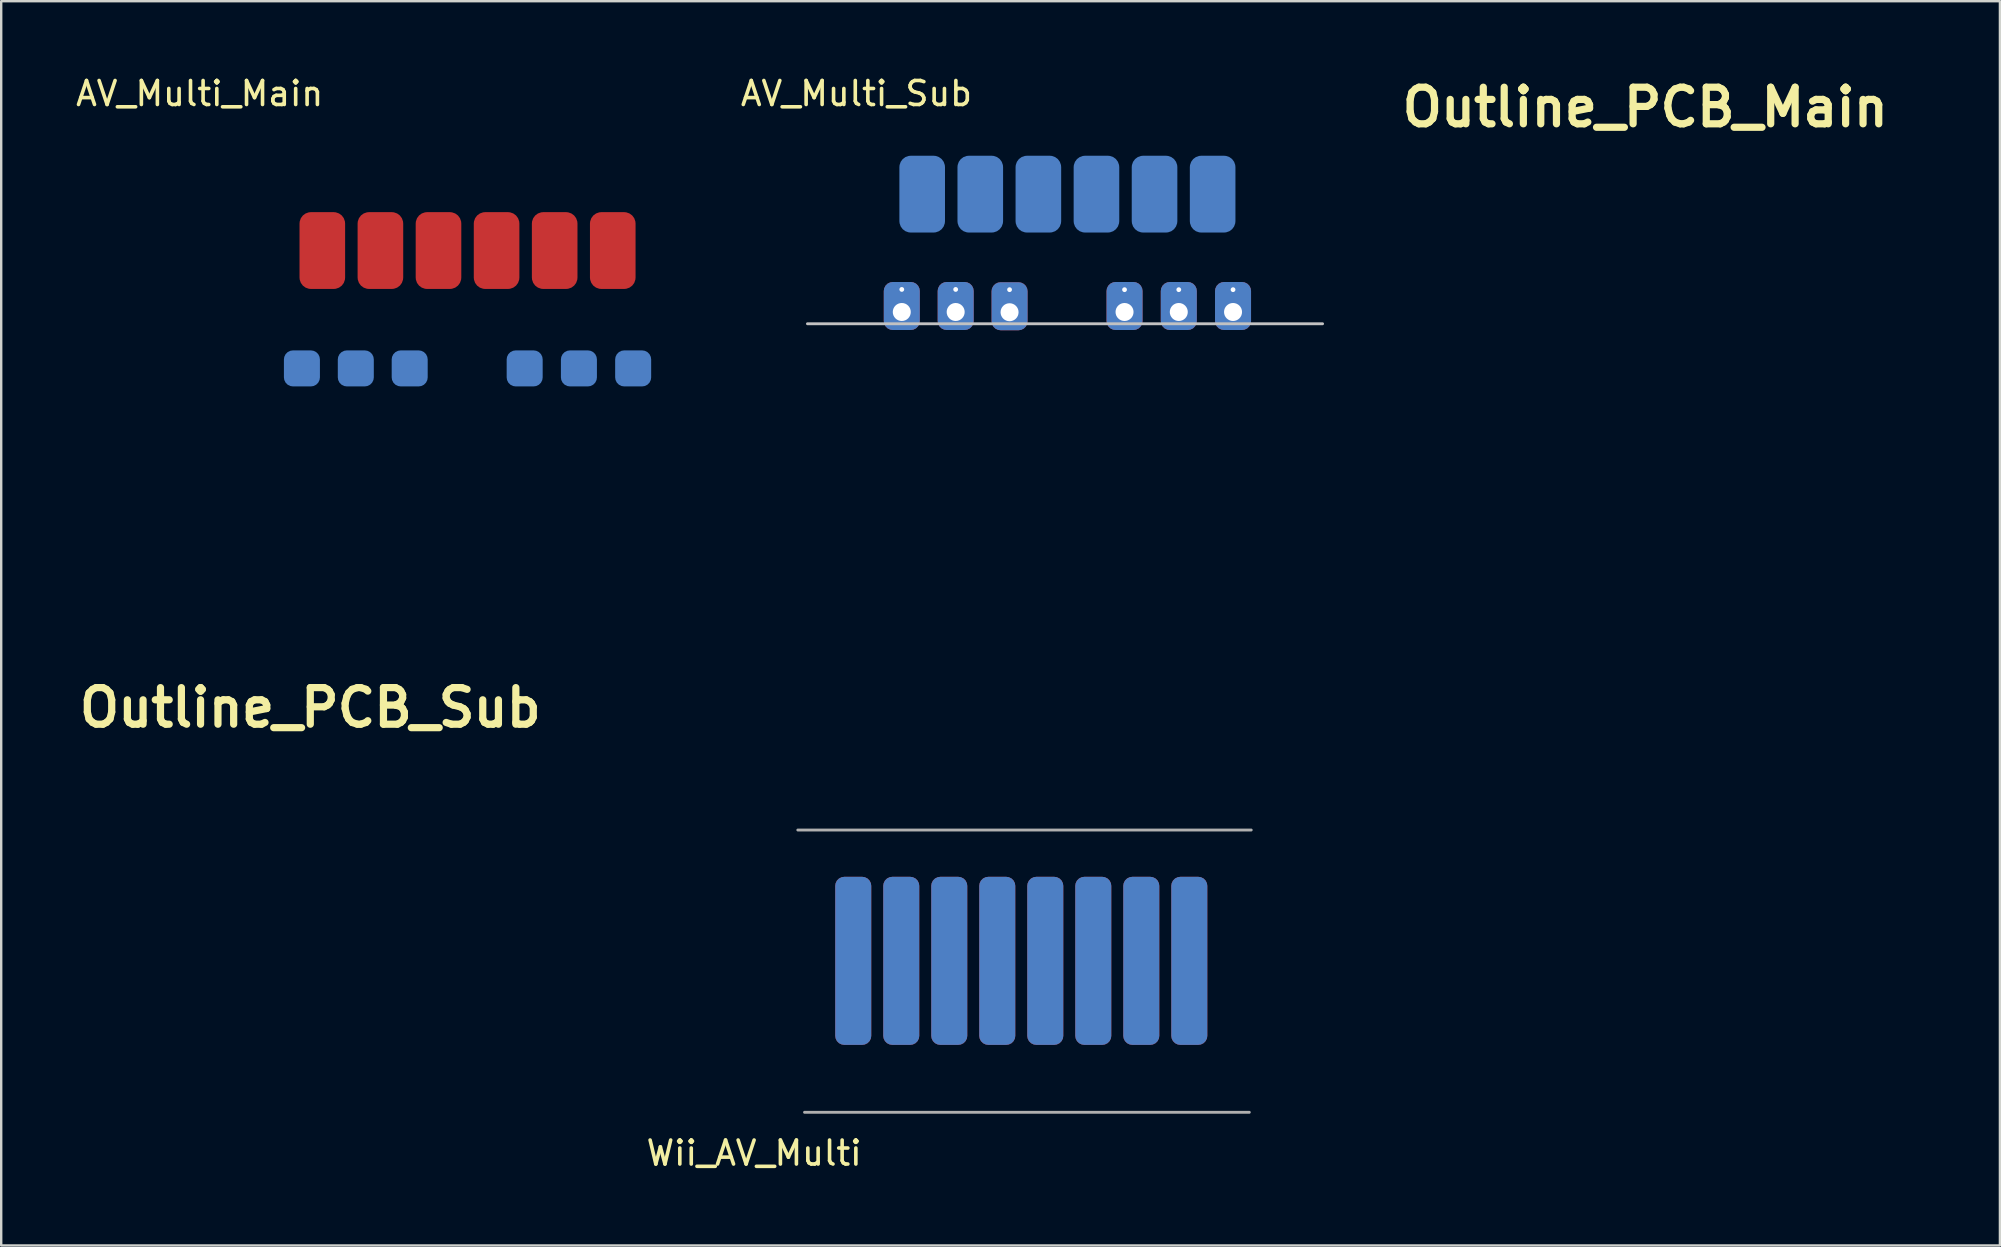
<source format=kicad_pcb>
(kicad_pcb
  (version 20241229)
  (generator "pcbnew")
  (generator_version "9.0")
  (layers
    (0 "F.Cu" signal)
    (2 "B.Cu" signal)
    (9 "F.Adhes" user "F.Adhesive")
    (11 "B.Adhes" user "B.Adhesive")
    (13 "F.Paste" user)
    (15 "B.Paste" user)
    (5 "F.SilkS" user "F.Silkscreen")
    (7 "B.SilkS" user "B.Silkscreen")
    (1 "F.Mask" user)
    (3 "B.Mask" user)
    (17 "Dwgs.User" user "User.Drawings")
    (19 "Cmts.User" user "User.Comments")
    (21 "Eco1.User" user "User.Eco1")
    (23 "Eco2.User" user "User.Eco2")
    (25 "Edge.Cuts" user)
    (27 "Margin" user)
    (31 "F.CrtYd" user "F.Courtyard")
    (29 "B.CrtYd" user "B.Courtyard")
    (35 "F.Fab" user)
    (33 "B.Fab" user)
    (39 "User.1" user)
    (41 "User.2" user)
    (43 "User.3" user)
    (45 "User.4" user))
  (footprint "Wii_AV_Multi"
    (layer "F.Cu")
    (at 39.497 41.229)
    (property "Reference" "Wii_AV_Multi" (at -11.13 3.76 0) (layer "F.SilkS") (effects (font (size 1 1) (thickness 0.15))))
    (attr through_hole)
    (fp_poly (pts (xy 8.25 0) (xy -8.252 0) (xy -8.252 -11.232) (xy -1.038 -11.232) (xy -1.038 -11.179) (xy -1.032 -11.118) (xy -1.023 -11.054) (xy -1.01 -10.97) (xy -0.993 -10.903) (xy -0.97 -10.839) (xy -0.937 -10.765) (xy -0.934 -10.759) (xy -0.9 -10.693) (xy -0.863 -10.631) (xy -0.828 -10.581) (xy -0.812 -10.562) (xy -0.774 -10.52) (xy -0.738 -10.48) (xy -0.724 -10.463) (xy -0.677 -10.419) (xy -0.61 -10.37) (xy -0.53 -10.32) (xy -0.445 -10.275) (xy -0.36 -10.238) (xy -0.307 -10.219) (xy -0.145 -10.184) (xy 0.023 -10.176) (xy 0.191 -10.194) (xy 0.284 -10.216) (xy 0.437 -10.274) (xy 0.579 -10.358) (xy 0.708 -10.464) (xy 0.82 -10.588) (xy 0.91 -10.728) (xy 0.935 -10.779) (xy 0.994 -10.939) (xy 1.024 -11.104) (xy 1.026 -11.275) (xy 1.016 -11.358) (xy 1.001 -11.446) (xy 0.98 -11.519) (xy 0.951 -11.592) (xy 0.93 -11.638) (xy 0.895 -11.708) (xy 0.868 -11.758) (xy 0.844 -11.798) (xy 0.817 -11.833) (xy 0.782 -11.871) (xy 0.735 -11.92) (xy 0.719 -11.936) (xy 0.591 -12.048) (xy 0.455 -12.133) (xy 0.309 -12.192) (xy 0.149 -12.227) (xy 0.028 -12.238) (xy -0.049 -12.24) (xy -0.107 -12.239) (xy -0.159 -12.233) (xy -0.215 -12.22) (xy -0.269 -12.205) (xy -0.435 -12.143) (xy -0.584 -12.059) (xy -0.715 -11.954) (xy -0.826 -11.831) (xy -0.915 -11.692) (xy -0.981 -11.538) (xy -1.022 -11.371) (xy -1.023 -11.361) (xy -1.033 -11.289) (xy -1.038 -11.232) (xy -8.252 -11.232) (xy -8.252 -16.211) (xy 8.25 -16.211) (xy 8.25 0)) (stroke (width 0.01) (type solid)) (fill no) (layer "Eco1.User"))
    (fp_line (start -9.31 -9.7) (end 9.58 -9.7) (stroke (width 0.12) (type solid)) (layer "F.Fab"))
    (fp_line (start -9.03 2.06) (end 9.5 2.06) (stroke (width 0.12) (type solid)) (layer "F.Fab"))
    (pad "1" smd roundrect (at -7 -4.25) (size 1.5 7) (layers "F.Cu" "F.Mask" "F.Paste") (roundrect_rratio 0.25))
    (pad "2" smd roundrect (at -7 -4.25) (size 1.5 7) (layers "B.Cu" "B.Mask" "B.Paste") (roundrect_rratio 0.25))
    (pad "3" smd roundrect (at -5 -4.25) (size 1.5 7) (layers "F.Cu" "F.Mask" "F.Paste") (roundrect_rratio 0.25))
    (pad "4" smd roundrect (at -5 -4.25) (size 1.5 7) (layers "B.Cu" "B.Mask" "B.Paste") (roundrect_rratio 0.25))
    (pad "5" smd roundrect (at -3 -4.25) (size 1.5 7) (layers "F.Cu" "F.Mask" "F.Paste") (roundrect_rratio 0.25))
    (pad "6" smd roundrect (at -3 -4.25) (size 1.5 7) (layers "B.Cu" "B.Mask" "B.Paste") (roundrect_rratio 0.25))
    (pad "7" smd roundrect (at -1 -4.25) (size 1.5 7) (layers "F.Cu" "F.Mask" "F.Paste") (roundrect_rratio 0.25))
    (pad "8" smd roundrect (at -1 -4.25) (size 1.5 7) (layers "B.Cu" "B.Mask" "B.Paste") (roundrect_rratio 0.25))
    (pad "9" smd roundrect (at 1 -4.25) (size 1.5 7) (layers "F.Cu" "F.Mask" "F.Paste") (roundrect_rratio 0.25))
    (pad "10" smd roundrect (at 1 -4.25) (size 1.5 7) (layers "B.Cu" "B.Mask" "B.Paste") (roundrect_rratio 0.25))
    (pad "11" smd roundrect (at 3 -4.25) (size 1.5 7) (layers "F.Cu" "F.Mask" "F.Paste") (roundrect_rratio 0.25))
    (pad "12" smd roundrect (at 3 -4.25) (size 1.5 7) (layers "B.Cu" "B.Mask" "B.Paste") (roundrect_rratio 0.25))
    (pad "13" smd roundrect (at 5 -4.25) (size 1.5 7) (layers "F.Cu" "F.Mask" "F.Paste") (roundrect_rratio 0.25))
    (pad "14" smd roundrect (at 5 -4.25) (size 1.5 7) (layers "B.Cu" "B.Mask" "B.Paste") (roundrect_rratio 0.25))
    (pad "15" smd roundrect (at 7 -4.25) (size 1.5 7) (layers "F.Cu" "F.Mask" "F.Paste") (roundrect_rratio 0.25))
    (pad "16" smd roundrect (at 7 -4.25) (size 1.5 7) (layers "B.Cu" "B.Mask" "B.Paste") (roundrect_rratio 0.25)))
  (footprint "Outline_PCB_Sub"
    (layer "F.Cu")
    (at 12.517 34.301)
    (property "Reference" "Outline_PCB_Sub" (at -2.64 -7.87 0) (layer "F.SilkS") (effects (font (size 1.524 1.524) (thickness 0.3))))
    (attr through_hole)
    (fp_poly (pts (xy 8.244 3.257) (xy 1.032 3.257) (xy 1.032 2.522) (xy 1.032 2.357) (xy 1.031 2.202) (xy 1.029 2.06) (xy 1.027 1.932) (xy 1.025 1.824) (xy 1.022 1.736) (xy 1.019 1.673) (xy 1.017 1.647) (xy 0.984 1.481) (xy 0.926 1.326) (xy 0.846 1.184) (xy 0.744 1.057) (xy 0.625 0.948) (xy 0.49 0.858) (xy 0.342 0.79) (xy 0.183 0.746) (xy 0.016 0.727) (xy -0.011 0.727) (xy -0.179 0.741) (xy -0.341 0.783) (xy -0.495 0.85) (xy -0.636 0.941) (xy -0.763 1.054) (xy -0.864 1.178) (xy -0.906 1.243) (xy -0.946 1.318) (xy -0.977 1.386) (xy -0.98 1.396) (xy -0.997 1.444) (xy -1.011 1.492) (xy -1.023 1.543) (xy -1.033 1.601) (xy -1.041 1.666) (xy -1.048 1.743) (xy -1.052 1.833) (xy -1.056 1.94) (xy -1.058 2.066) (xy -1.06 2.213) (xy -1.061 2.386) (xy -1.061 2.526) (xy -1.061 3.257) (xy -8.244 3.257) (xy -8.244 -3.242) (xy 8.244 -3.242) (xy 8.244 3.257)) (stroke (width 0.01) (type solid)) (fill no) (layer "Eco1.User")))
  (footprint "Outline_PCB_Main"
    (layer "F.Cu")
    (at 69.004 11.908)
    (property "Reference" "Outline_PCB_Main" (at -3.51 -10.49 0) (layer "F.SilkS") (effects (font (size 1.524 1.524) (thickness 0.3))))
    (attr through_hole)
    (fp_poly (pts (xy 8.258 8.113) (xy -8.244 8.113) (xy -8.244 -3.119) (xy -1.03 -3.119) (xy -1.029 -3.066) (xy -1.024 -3.005) (xy -1.015 -2.941) (xy -1.001 -2.858) (xy -0.985 -2.79) (xy -0.962 -2.726) (xy -0.929 -2.652) (xy -0.926 -2.646) (xy -0.892 -2.581) (xy -0.854 -2.518) (xy -0.82 -2.468) (xy -0.804 -2.449) (xy -0.766 -2.407) (xy -0.73 -2.367) (xy -0.716 -2.35) (xy -0.669 -2.306) (xy -0.602 -2.257) (xy -0.522 -2.208) (xy -0.436 -2.162) (xy -0.352 -2.125) (xy -0.299 -2.106) (xy -0.137 -2.072) (xy 0.031 -2.063) (xy 0.199 -2.081) (xy 0.293 -2.103) (xy 0.445 -2.162) (xy 0.588 -2.245) (xy 0.716 -2.351) (xy 0.828 -2.475) (xy 0.918 -2.615) (xy 0.943 -2.666) (xy 1.002 -2.826) (xy 1.032 -2.992) (xy 1.034 -3.162) (xy 1.025 -3.245) (xy 1.009 -3.333) (xy 0.989 -3.406) (xy 0.96 -3.479) (xy 0.938 -3.525) (xy 0.903 -3.595) (xy 0.877 -3.645) (xy 0.852 -3.685) (xy 0.825 -3.72) (xy 0.791 -3.758) (xy 0.743 -3.807) (xy 0.727 -3.823) (xy 0.599 -3.935) (xy 0.463 -4.02) (xy 0.317 -4.079) (xy 0.157 -4.114) (xy 0.036 -4.125) (xy -0.04 -4.127) (xy -0.099 -4.126) (xy -0.151 -4.12) (xy -0.207 -4.107) (xy -0.261 -4.092) (xy -0.426 -4.031) (xy -0.575 -3.946) (xy -0.706 -3.842) (xy -0.818 -3.718) (xy -0.907 -3.579) (xy -0.973 -3.425) (xy -1.013 -3.258) (xy -1.015 -3.249) (xy -1.025 -3.176) (xy -1.03 -3.119) (xy -8.244 -3.119) (xy -8.244 -8.098) (xy 8.258 -8.098) (xy 8.258 8.113)) (stroke (width 0.01) (type solid)) (fill no) (layer "Eco1.User")))
  (footprint "AV_Multi_Main"
    (layer "F.Cu")
    (at 9.628 5.788)
    (property "Reference" "AV_Multi_Main" (at -4.36 -4.94 0) (layer "F.SilkS") (effects (font (size 1 1) (thickness 0.15))))
    (attr through_hole)
    (fp_poly (pts (xy 15.044 6.507) (xy 7.832 6.507) (xy 7.832 5.772) (xy 7.832 5.607) (xy 7.831 5.452) (xy 7.829 5.31) (xy 7.827 5.182) (xy 7.825 5.074) (xy 7.822 4.986) (xy 7.819 4.923) (xy 7.817 4.897) (xy 7.784 4.731) (xy 7.726 4.576) (xy 7.646 4.434) (xy 7.544 4.307) (xy 7.425 4.198) (xy 7.29 4.108) (xy 7.142 4.04) (xy 6.983 3.996) (xy 6.816 3.977) (xy 6.789 3.977) (xy 6.621 3.991) (xy 6.459 4.033) (xy 6.305 4.1) (xy 6.164 4.191) (xy 6.037 4.304) (xy 5.936 4.428) (xy 5.894 4.493) (xy 5.854 4.568) (xy 5.823 4.636) (xy 5.82 4.646) (xy 5.803 4.694) (xy 5.789 4.742) (xy 5.777 4.793) (xy 5.767 4.851) (xy 5.759 4.916) (xy 5.752 4.993) (xy 5.748 5.083) (xy 5.744 5.19) (xy 5.742 5.316) (xy 5.74 5.463) (xy 5.739 5.636) (xy 5.739 5.776) (xy 5.739 6.507) (xy -1.444 6.507) (xy -1.444 0.008) (xy 15.044 0.008) (xy 15.044 6.507)) (stroke (width 0.01) (type solid)) (fill no) (layer "Eco1.User"))
    (fp_poly (pts (xy 15.062 16.219) (xy -1.44 16.219) (xy -1.44 4.988) (xy 5.774 4.988) (xy 5.774 5.041) (xy 5.78 5.101) (xy 5.789 5.165) (xy 5.802 5.249) (xy 5.819 5.317) (xy 5.842 5.381) (xy 5.875 5.455) (xy 5.878 5.46) (xy 5.912 5.526) (xy 5.949 5.588) (xy 5.984 5.638) (xy 6 5.658) (xy 6.038 5.7) (xy 6.074 5.74) (xy 6.088 5.756) (xy 6.135 5.801) (xy 6.202 5.85) (xy 6.282 5.899) (xy 6.367 5.944) (xy 6.452 5.982) (xy 6.505 6) (xy 6.667 6.035) (xy 6.835 6.043) (xy 7.003 6.026) (xy 7.096 6.003) (xy 7.249 5.945) (xy 7.391 5.861) (xy 7.52 5.756) (xy 7.632 5.631) (xy 7.722 5.492) (xy 7.747 5.441) (xy 7.806 5.28) (xy 7.836 5.115) (xy 7.838 4.945) (xy 7.828 4.861) (xy 7.813 4.774) (xy 7.792 4.701) (xy 7.763 4.628) (xy 7.742 4.581) (xy 7.707 4.512) (xy 7.68 4.461) (xy 7.656 4.422) (xy 7.629 4.386) (xy 7.594 4.348) (xy 7.547 4.299) (xy 7.531 4.283) (xy 7.403 4.171) (xy 7.267 4.086) (xy 7.121 4.027) (xy 6.961 3.992) (xy 6.84 3.981) (xy 6.763 3.979) (xy 6.705 3.98) (xy 6.653 3.987) (xy 6.597 3.999) (xy 6.543 4.014) (xy 6.377 4.076) (xy 6.228 4.16) (xy 6.097 4.265) (xy 5.986 4.388) (xy 5.897 4.528) (xy 5.831 4.682) (xy 5.79 4.848) (xy 5.789 4.858) (xy 5.779 4.93) (xy 5.774 4.988) (xy -1.44 4.988) (xy -1.44 0.008) (xy 15.062 0.008) (xy 15.062 16.219)) (stroke (width 0.01) (type solid)) (fill no) (layer "Eco2.User"))
    (pad "1" connect roundrect (at 12.85 1.6) (size 1.9 3.2) (layers "F.Cu" "F.Mask") (roundrect_rratio 0.25))
    (pad "2" connect roundrect (at 13.7 6.51) (size 1.5 1.5) (layers "B.Cu" "B.Mask") (roundrect_rratio 0.25))
    (pad "3" connect roundrect (at 10.43 1.6) (size 1.9 3.2) (layers "F.Cu" "F.Mask") (roundrect_rratio 0.25))
    (pad "4" connect roundrect (at 11.44 6.51) (size 1.5 1.5) (layers "B.Cu" "B.Mask") (roundrect_rratio 0.25))
    (pad "5" connect roundrect (at 8.01 1.6) (size 1.9 3.2) (layers "F.Cu" "F.Mask") (roundrect_rratio 0.25))
    (pad "6" connect roundrect (at 9.18 6.51) (size 1.5 1.5) (layers "B.Cu" "B.Mask") (roundrect_rratio 0.25))
    (pad "7" connect roundrect (at 5.59 1.6) (size 1.9 3.2) (layers "F.Cu" "F.Mask") (roundrect_rratio 0.25))
    (pad "8" connect roundrect (at 4.39 6.51) (size 1.5 1.5) (layers "B.Cu" "B.Mask") (roundrect_rratio 0.25))
    (pad "9" connect roundrect (at 3.17 1.6) (size 1.9 3.2) (layers "F.Cu" "F.Mask") (roundrect_rratio 0.25))
    (pad "10" connect roundrect (at 2.145 6.51) (size 1.5 1.5) (layers "B.Cu" "B.Mask") (roundrect_rratio 0.25))
    (pad "11" connect roundrect (at 0.75 1.6) (size 1.9 3.2) (layers "F.Cu" "F.Mask") (roundrect_rratio 0.25))
    (pad "12" connect roundrect (at -0.1 6.51) (size 1.5 1.5) (layers "B.Cu" "B.Mask") (roundrect_rratio 0.25)))
  (footprint "AV_Multi_Sub"
    (layer "F.Cu")
    (at 41.419 3.438)
    (property "Reference" "AV_Multi_Sub" (at -8.79 -2.59 0) (layer "F.SilkS") (effects (font (size 1 1) (thickness 0.15))))
    (attr through_hole)
    (fp_line (start -10.83 7) (end 10.63 7) (stroke (width 0.12) (type solid)) (layer "Dwgs.User"))
    (fp_poly (pts (xy 8.244 6.507) (xy 1.032 6.507) (xy 1.032 5.772) (xy 1.032 5.607) (xy 1.031 5.452) (xy 1.029 5.31) (xy 1.027 5.182) (xy 1.025 5.074) (xy 1.022 4.986) (xy 1.019 4.923) (xy 1.017 4.897) (xy 0.984 4.731) (xy 0.926 4.576) (xy 0.846 4.434) (xy 0.744 4.307) (xy 0.625 4.198) (xy 0.49 4.108) (xy 0.342 4.04) (xy 0.183 3.996) (xy 0.016 3.977) (xy -0.011 3.977) (xy -0.179 3.991) (xy -0.341 4.033) (xy -0.495 4.1) (xy -0.636 4.191) (xy -0.763 4.304) (xy -0.864 4.428) (xy -0.906 4.493) (xy -0.946 4.568) (xy -0.977 4.636) (xy -0.98 4.646) (xy -0.997 4.694) (xy -1.011 4.742) (xy -1.023 4.793) (xy -1.033 4.851) (xy -1.041 4.916) (xy -1.048 4.993) (xy -1.052 5.083) (xy -1.056 5.19) (xy -1.058 5.316) (xy -1.06 5.463) (xy -1.061 5.636) (xy -1.061 5.776) (xy -1.061 6.507) (xy -8.244 6.507) (xy -8.244 0.008) (xy 8.244 0.008) (xy 8.244 6.507)) (stroke (width 0.01) (type solid)) (fill no) (layer "Eco1.User"))
    (fp_poly (pts (xy 8.248 16.213) (xy -8.254 16.213) (xy -8.254 4.981) (xy -1.04 4.981) (xy -1.039 5.034) (xy -1.034 5.095) (xy -1.025 5.159) (xy -1.011 5.242) (xy -0.995 5.31) (xy -0.972 5.374) (xy -0.939 5.448) (xy -0.936 5.454) (xy -0.902 5.519) (xy -0.864 5.582) (xy -0.83 5.632) (xy -0.814 5.651) (xy -0.776 5.693) (xy -0.74 5.733) (xy -0.726 5.75) (xy -0.679 5.794) (xy -0.612 5.843) (xy -0.532 5.892) (xy -0.446 5.938) (xy -0.362 5.975) (xy -0.309 5.994) (xy -0.147 6.028) (xy 0.021 6.037) (xy 0.189 6.019) (xy 0.283 5.997) (xy 0.435 5.938) (xy 0.578 5.855) (xy 0.706 5.749) (xy 0.818 5.625) (xy 0.908 5.485) (xy 0.933 5.434) (xy 0.992 5.274) (xy 1.022 5.108) (xy 1.024 4.938) (xy 1.015 4.855) (xy 0.999 4.767) (xy 0.979 4.694) (xy 0.95 4.621) (xy 0.928 4.575) (xy 0.893 4.505) (xy 0.867 4.455) (xy 0.842 4.415) (xy 0.815 4.38) (xy 0.781 4.342) (xy 0.733 4.293) (xy 0.717 4.277) (xy 0.589 4.165) (xy 0.453 4.08) (xy 0.307 4.021) (xy 0.147 3.986) (xy 0.026 3.975) (xy -0.05 3.973) (xy -0.109 3.974) (xy -0.161 3.98) (xy -0.217 3.993) (xy -0.271 4.008) (xy -0.436 4.069) (xy -0.585 4.154) (xy -0.716 4.258) (xy -0.828 4.382) (xy -0.917 4.521) (xy -0.983 4.675) (xy -1.023 4.842) (xy -1.025 4.851) (xy -1.035 4.924) (xy -1.04 4.981) (xy -8.254 4.981) (xy -8.254 0.002) (xy 8.248 0.002) (xy 8.248 16.213)) (stroke (width 0.01) (type solid)) (fill no) (layer "Eco2.User"))
    (pad "2" connect roundrect (at 6.05 1.6) (size 1.9 3.2) (layers "B.Cu" "B.Mask") (roundrect_rratio 0.25))
    (pad "4" connect roundrect (at 3.63 1.6) (size 1.9 3.2) (layers "B.Cu" "B.Mask") (roundrect_rratio 0.25))
    (pad "6" connect roundrect (at 1.21 1.6) (size 1.9 3.2) (layers "B.Cu" "B.Mask") (roundrect_rratio 0.25))
    (pad "8" connect roundrect (at -1.21 1.6) (size 1.9 3.2) (layers "B.Cu" "B.Mask") (roundrect_rratio 0.25))
    (pad "10" connect roundrect (at -3.63 1.6) (size 1.9 3.2) (layers "B.Cu" "B.Mask") (roundrect_rratio 0.25))
    (pad "12" connect roundrect (at -6.05 1.6) (size 1.9 3.2) (layers "B.Cu" "B.Mask") (roundrect_rratio 0.25))
    (pad "102" thru_hole circle (at 6.9 5.58) (size 0.4 0.4) (drill 0.2) (layers "*.Cu" "*.Mask"))
    (pad "102" thru_hole roundrect (at 6.9 6.51) (size 1.5 2) (drill 0.75 (offset 0 -0.25)) (layers "*.Cu" "*.Mask") (roundrect_rratio 0.25))
    (pad "104" thru_hole circle (at 4.64 5.58) (size 0.4 0.4) (drill 0.2) (layers "*.Cu" "*.Mask"))
    (pad "104" thru_hole roundrect (at 4.64 6.51) (size 1.5 2) (drill 0.75 (offset 0 -0.25)) (layers "*.Cu" "*.Mask") (roundrect_rratio 0.25))
    (pad "106" thru_hole circle (at 2.38 5.58) (size 0.4 0.4) (drill 0.2) (layers "*.Cu" "*.Mask"))
    (pad "106" thru_hole roundrect (at 2.38 6.51) (size 1.5 2) (drill 0.75 (offset 0 -0.25)) (layers "*.Cu" "*.Mask") (roundrect_rratio 0.25))
    (pad "108" thru_hole circle (at -2.41 5.58) (size 0.4 0.4) (drill 0.2) (layers "*.Cu" "*.Mask"))
    (pad "108" thru_hole roundrect (at -2.41 6.52) (size 1.5 2) (drill 0.75 (offset 0 -0.25)) (layers "*.Cu" "*.Mask") (roundrect_rratio 0.25))
    (pad "110" thru_hole circle (at -4.655 5.57) (size 0.4 0.4) (drill 0.2) (layers "*.Cu" "*.Mask"))
    (pad "110" thru_hole roundrect (at -4.655 6.51) (size 1.5 2) (drill 0.75 (offset 0 -0.25)) (layers "*.Cu" "*.Mask") (roundrect_rratio 0.25))
    (pad "112" thru_hole circle (at -6.9 5.57) (size 0.4 0.4) (drill 0.2) (layers "*.Cu" "*.Mask"))
    (pad "112" thru_hole roundrect (at -6.9 6.51) (size 1.5 2) (drill 0.75 (offset 0 -0.25)) (layers "*.Cu" "*.Mask") (roundrect_rratio 0.25)))
  (gr_rect
    (start -3 -3)
    (end 80.268 48.837)
    (stroke (width 0.1) (type default))
    (fill no)
    (layer "Edge.Cuts")))
</source>
